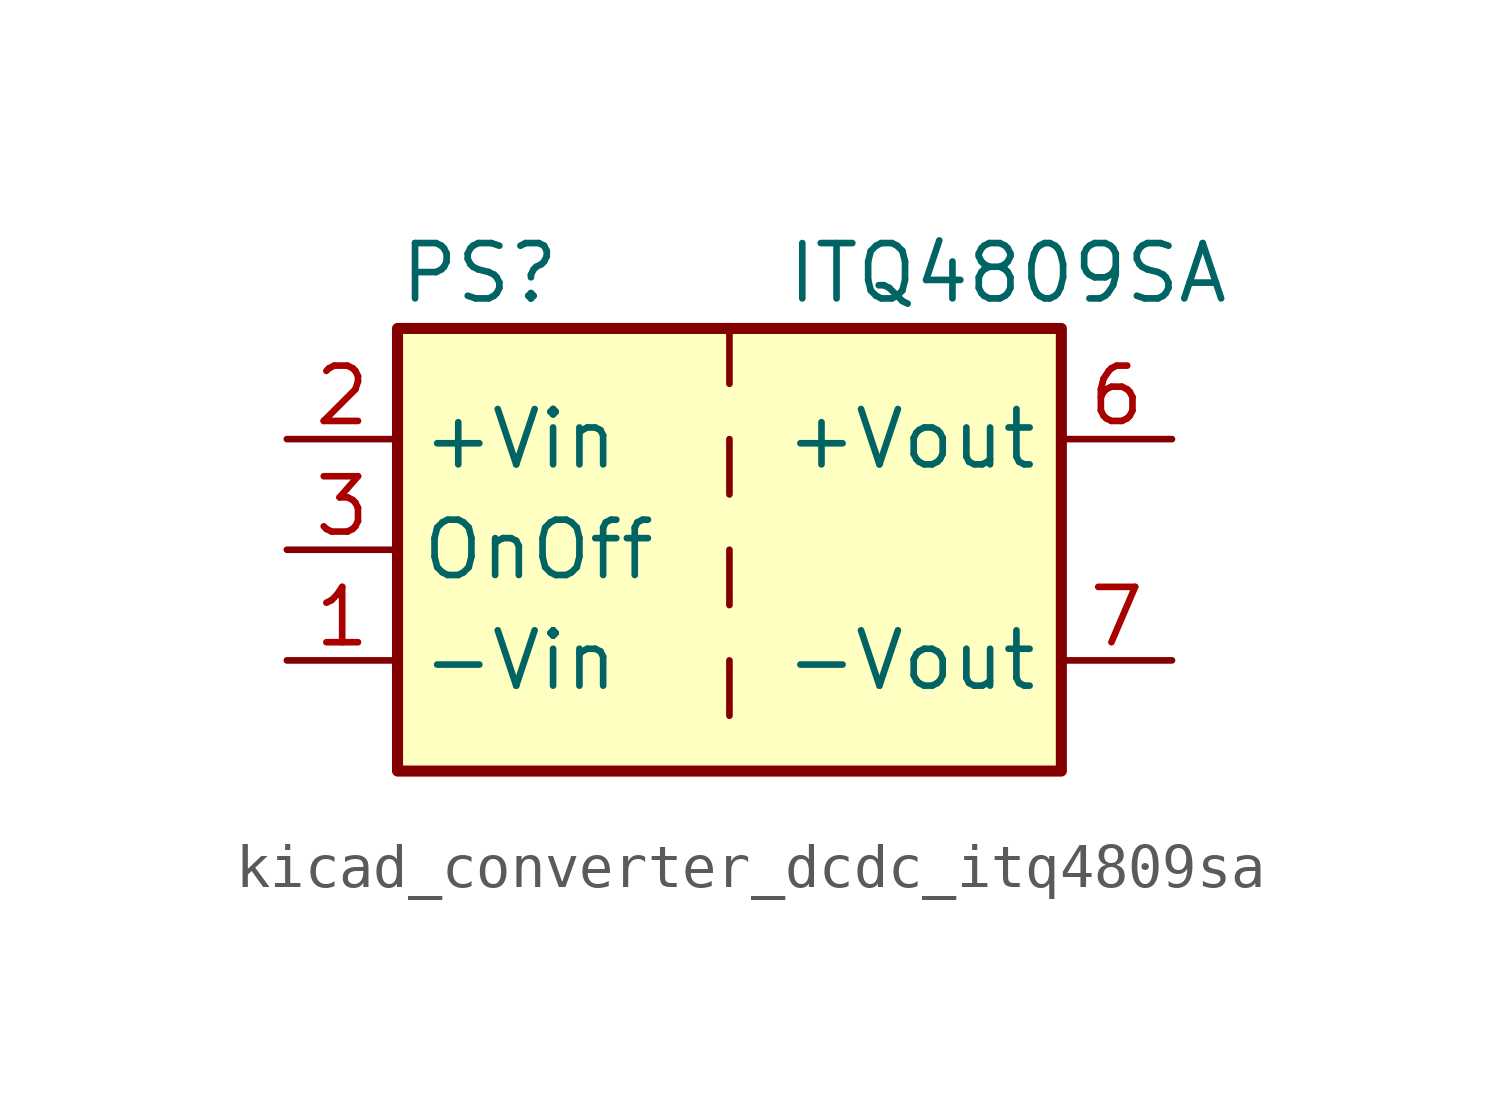
<source format=kicad_sym>
(kicad_symbol_lib
  (version 20220914)
  (generator kicad_symbol_editor)
  (symbol "kicad_converter_dcdc_itq4809sa"
    (property "Reference" "PS"
      (at -7.62 6.35 0)
      (effects (font (size 1.27 1.27)) (justify left)))
    (property "Value" "ITQ4809SA"
      (at 1.27 6.35 0)
      (effects (font (size 1.27 1.27)) (justify left)))
    (symbol "kicad_converter_dcdc_itq4809sa_0_0"
      (pin power_in line (at -10.16 -2.54 0) (length 2.54) (name "-Vin" (effects (font (size 1.27 1.27)))) (number "1" (effects (font (size 1.27 1.27)))))
      (pin power_in line (at -10.16 2.54 0) (length 2.54) (name "+Vin" (effects (font (size 1.27 1.27)))) (number "2" (effects (font (size 1.27 1.27)))))
      (pin input line (at -10.16 0 0) (length 2.54) (name "OnOff" (effects (font (size 1.27 1.27)))) (number "3" (effects (font (size 1.27 1.27)))))
      (pin no_connect line (at 0 5.08 270) (length 2.54) hide (name "NC" (effects (font (size 1.27 1.27)))) (number "5" (effects (font (size 1.27 1.27)))))
      (pin power_out line (at 10.16 2.54 180) (length 2.54) (name "+Vout" (effects (font (size 1.27 1.27)))) (number "6" (effects (font (size 1.27 1.27)))))
      (pin power_out line (at 10.16 -2.54 180) (length 2.54) (name "-Vout" (effects (font (size 1.27 1.27)))) (number "7" (effects (font (size 1.27 1.27)))))
      (pin no_connect line (at 7.62 0 180) (length 2.54) hide (name "NC" (effects (font (size 1.27 1.27)))) (number "8" (effects (font (size 1.27 1.27))))))
    (symbol "kicad_converter_dcdc_itq4809sa_0_1"
      (rectangle (start -7.62 5.08) (end 7.62 -5.08) (stroke (width 0.254) (type default)) (fill (type background)))
      (polyline (pts (xy 0 -2.54) (xy 0 -3.81)) (stroke (width 0) (type default)) (fill (type none)))
      (polyline (pts (xy 0 0) (xy 0 -1.27)) (stroke (width 0) (type default)) (fill (type none)))
      (polyline (pts (xy 0 2.54) (xy 0 1.27)) (stroke (width 0) (type default)) (fill (type none)))
      (polyline (pts (xy 0 5.08) (xy 0 3.81)) (stroke (width 0) (type default)) (fill (type none))))))
</source>
